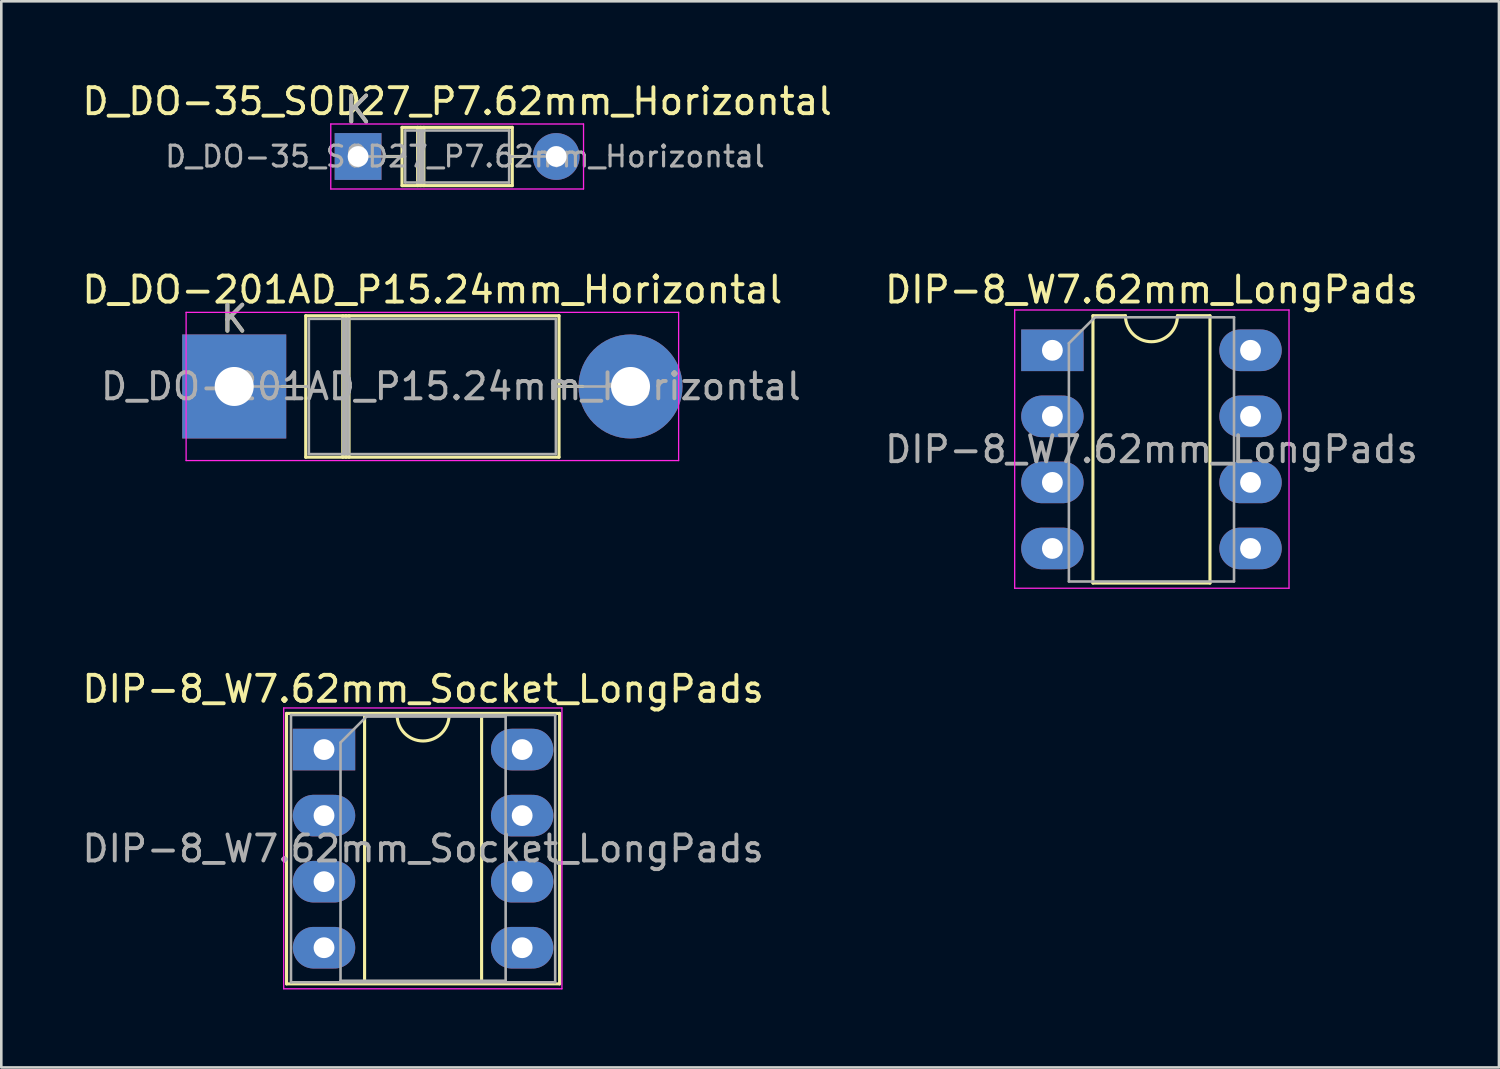
<source format=kicad_pcb>
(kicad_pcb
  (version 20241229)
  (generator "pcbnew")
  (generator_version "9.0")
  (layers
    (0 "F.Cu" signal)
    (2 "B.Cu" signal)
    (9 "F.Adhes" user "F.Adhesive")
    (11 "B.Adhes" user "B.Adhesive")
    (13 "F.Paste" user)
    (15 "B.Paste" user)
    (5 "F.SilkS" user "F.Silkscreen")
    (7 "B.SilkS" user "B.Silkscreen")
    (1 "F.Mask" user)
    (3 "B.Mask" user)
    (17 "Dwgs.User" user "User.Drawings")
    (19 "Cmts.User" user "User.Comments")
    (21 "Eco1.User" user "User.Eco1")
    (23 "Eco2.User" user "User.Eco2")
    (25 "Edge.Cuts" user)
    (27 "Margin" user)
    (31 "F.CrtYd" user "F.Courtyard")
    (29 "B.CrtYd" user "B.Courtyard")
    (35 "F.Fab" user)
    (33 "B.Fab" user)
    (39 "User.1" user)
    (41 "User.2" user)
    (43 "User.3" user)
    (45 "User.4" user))
  (footprint "DIP-8_W7.62mm_Socket_LongPads"
    (layer "F.Cu")
    (at 9.41 25.775)
    (property "Reference" "DIP-8_W7.62mm_Socket_LongPads" (at 3.81 -2.33 0) (layer "F.SilkS") (effects (font (size 1 1) (thickness 0.15))))
    (attr through_hole)
    (fp_line (start -1.44 -1.39) (end -1.44 9.01) (stroke (width 0.12) (type solid)) (layer "F.SilkS"))
    (fp_line (start -1.44 9.01) (end 9.06 9.01) (stroke (width 0.12) (type solid)) (layer "F.SilkS"))
    (fp_line (start 1.56 -1.33) (end 1.56 8.95) (stroke (width 0.12) (type solid)) (layer "F.SilkS"))
    (fp_line (start 1.56 8.95) (end 6.06 8.95) (stroke (width 0.12) (type solid)) (layer "F.SilkS"))
    (fp_line (start 2.81 -1.33) (end 1.56 -1.33) (stroke (width 0.12) (type solid)) (layer "F.SilkS"))
    (fp_line (start 6.06 -1.33) (end 4.81 -1.33) (stroke (width 0.12) (type solid)) (layer "F.SilkS"))
    (fp_line (start 6.06 8.95) (end 6.06 -1.33) (stroke (width 0.12) (type solid)) (layer "F.SilkS"))
    (fp_line (start 9.06 -1.39) (end -1.44 -1.39) (stroke (width 0.12) (type solid)) (layer "F.SilkS"))
    (fp_line (start 9.06 9.01) (end 9.06 -1.39) (stroke (width 0.12) (type solid)) (layer "F.SilkS"))
    (fp_arc (start 4.81 -1.33) (mid 3.81 -0.33) (end 2.81 -1.33) (stroke (width 0.12) (type solid)) (layer "F.SilkS"))
    (fp_line (start -1.55 -1.6) (end -1.55 9.2) (stroke (width 0.05) (type solid)) (layer "F.CrtYd"))
    (fp_line (start -1.55 9.2) (end 9.15 9.2) (stroke (width 0.05) (type solid)) (layer "F.CrtYd"))
    (fp_line (start 9.15 -1.6) (end -1.55 -1.6) (stroke (width 0.05) (type solid)) (layer "F.CrtYd"))
    (fp_line (start 9.15 9.2) (end 9.15 -1.6) (stroke (width 0.05) (type solid)) (layer "F.CrtYd"))
    (fp_line (start -1.27 -1.33) (end -1.27 8.95) (stroke (width 0.1) (type solid)) (layer "F.Fab"))
    (fp_line (start -1.27 8.95) (end 8.89 8.95) (stroke (width 0.1) (type solid)) (layer "F.Fab"))
    (fp_line (start 0.635 -0.27) (end 1.635 -1.27) (stroke (width 0.1) (type solid)) (layer "F.Fab"))
    (fp_line (start 0.635 8.89) (end 0.635 -0.27) (stroke (width 0.1) (type solid)) (layer "F.Fab"))
    (fp_line (start 1.635 -1.27) (end 6.985 -1.27) (stroke (width 0.1) (type solid)) (layer "F.Fab"))
    (fp_line (start 6.985 -1.27) (end 6.985 8.89) (stroke (width 0.1) (type solid)) (layer "F.Fab"))
    (fp_line (start 6.985 8.89) (end 0.635 8.89) (stroke (width 0.1) (type solid)) (layer "F.Fab"))
    (fp_line (start 8.89 -1.33) (end -1.27 -1.33) (stroke (width 0.1) (type solid)) (layer "F.Fab"))
    (fp_line (start 8.89 8.95) (end 8.89 -1.33) (stroke (width 0.1) (type solid)) (layer "F.Fab"))
    (fp_text user "${REFERENCE}" (at 3.81 3.81 0) (layer "F.Fab") (effects (font (size 1 1) (thickness 0.15))))
    (pad "1" thru_hole rect (at 0 0) (size 2.4 1.6) (drill 0.8) (layers "*.Cu" "*.Mask"))
    (pad "2" thru_hole oval (at 0 2.54) (size 2.4 1.6) (drill 0.8) (layers "*.Cu" "*.Mask"))
    (pad "3" thru_hole oval (at 0 5.08) (size 2.4 1.6) (drill 0.8) (layers "*.Cu" "*.Mask"))
    (pad "4" thru_hole oval (at 0 7.62) (size 2.4 1.6) (drill 0.8) (layers "*.Cu" "*.Mask"))
    (pad "5" thru_hole oval (at 7.62 7.62) (size 2.4 1.6) (drill 0.8) (layers "*.Cu" "*.Mask"))
    (pad "6" thru_hole oval (at 7.62 5.08) (size 2.4 1.6) (drill 0.8) (layers "*.Cu" "*.Mask"))
    (pad "7" thru_hole oval (at 7.62 2.54) (size 2.4 1.6) (drill 0.8) (layers "*.Cu" "*.Mask"))
    (pad "8" thru_hole oval (at 7.62 0) (size 2.4 1.6) (drill 0.8) (layers "*.Cu" "*.Mask")))
  (footprint "DIP-8_W7.62mm_LongPads"
    (layer "F.Cu")
    (at 37.42 10.421)
    (property "Reference" "DIP-8_W7.62mm_LongPads" (at 3.81 -2.33 0) (layer "F.SilkS") (effects (font (size 1 1) (thickness 0.15))))
    (attr through_hole)
    (fp_line (start 1.56 -1.33) (end 1.56 8.95) (stroke (width 0.12) (type solid)) (layer "F.SilkS"))
    (fp_line (start 1.56 8.95) (end 6.06 8.95) (stroke (width 0.12) (type solid)) (layer "F.SilkS"))
    (fp_line (start 2.81 -1.33) (end 1.56 -1.33) (stroke (width 0.12) (type solid)) (layer "F.SilkS"))
    (fp_line (start 6.06 -1.33) (end 4.81 -1.33) (stroke (width 0.12) (type solid)) (layer "F.SilkS"))
    (fp_line (start 6.06 8.95) (end 6.06 -1.33) (stroke (width 0.12) (type solid)) (layer "F.SilkS"))
    (fp_arc (start 4.81 -1.33) (mid 3.81 -0.33) (end 2.81 -1.33) (stroke (width 0.12) (type solid)) (layer "F.SilkS"))
    (fp_line (start -1.45 -1.55) (end -1.45 9.15) (stroke (width 0.05) (type solid)) (layer "F.CrtYd"))
    (fp_line (start -1.45 9.15) (end 9.1 9.15) (stroke (width 0.05) (type solid)) (layer "F.CrtYd"))
    (fp_line (start 9.1 -1.55) (end -1.45 -1.55) (stroke (width 0.05) (type solid)) (layer "F.CrtYd"))
    (fp_line (start 9.1 9.15) (end 9.1 -1.55) (stroke (width 0.05) (type solid)) (layer "F.CrtYd"))
    (fp_line (start 0.635 -0.27) (end 1.635 -1.27) (stroke (width 0.1) (type solid)) (layer "F.Fab"))
    (fp_line (start 0.635 8.89) (end 0.635 -0.27) (stroke (width 0.1) (type solid)) (layer "F.Fab"))
    (fp_line (start 1.635 -1.27) (end 6.985 -1.27) (stroke (width 0.1) (type solid)) (layer "F.Fab"))
    (fp_line (start 6.985 -1.27) (end 6.985 8.89) (stroke (width 0.1) (type solid)) (layer "F.Fab"))
    (fp_line (start 6.985 8.89) (end 0.635 8.89) (stroke (width 0.1) (type solid)) (layer "F.Fab"))
    (fp_text user "${REFERENCE}" (at 3.81 3.81 0) (layer "F.Fab") (effects (font (size 1 1) (thickness 0.15))))
    (pad "1" thru_hole rect (at 0 0) (size 2.4 1.6) (drill 0.8) (layers "*.Cu" "*.Mask"))
    (pad "2" thru_hole oval (at 0 2.54) (size 2.4 1.6) (drill 0.8) (layers "*.Cu" "*.Mask"))
    (pad "3" thru_hole oval (at 0 5.08) (size 2.4 1.6) (drill 0.8) (layers "*.Cu" "*.Mask"))
    (pad "4" thru_hole oval (at 0 7.62) (size 2.4 1.6) (drill 0.8) (layers "*.Cu" "*.Mask"))
    (pad "5" thru_hole oval (at 7.62 7.62) (size 2.4 1.6) (drill 0.8) (layers "*.Cu" "*.Mask"))
    (pad "6" thru_hole oval (at 7.62 5.08) (size 2.4 1.6) (drill 0.8) (layers "*.Cu" "*.Mask"))
    (pad "7" thru_hole oval (at 7.62 2.54) (size 2.4 1.6) (drill 0.8) (layers "*.Cu" "*.Mask"))
    (pad "8" thru_hole oval (at 7.62 0) (size 2.4 1.6) (drill 0.8) (layers "*.Cu" "*.Mask")))
  (footprint "D_DO-35_SOD27_P7.62mm_Horizontal"
    (layer "F.Cu")
    (at 10.72 2.968)
    (property "Reference" "D_DO-35_SOD27_P7.62mm_Horizontal" (at 3.81 -2.12 0) (layer "F.SilkS") (effects (font (size 1 1) (thickness 0.15))))
    (attr through_hole)
    (fp_line (start 1.04 0) (end 1.69 0) (stroke (width 0.12) (type solid)) (layer "F.SilkS"))
    (fp_line (start 1.69 -1.12) (end 1.69 1.12) (stroke (width 0.12) (type solid)) (layer "F.SilkS"))
    (fp_line (start 1.69 1.12) (end 5.93 1.12) (stroke (width 0.12) (type solid)) (layer "F.SilkS"))
    (fp_line (start 2.29 -1.12) (end 2.29 1.12) (stroke (width 0.12) (type solid)) (layer "F.SilkS"))
    (fp_line (start 2.41 -1.12) (end 2.41 1.12) (stroke (width 0.12) (type solid)) (layer "F.SilkS"))
    (fp_line (start 2.53 -1.12) (end 2.53 1.12) (stroke (width 0.12) (type solid)) (layer "F.SilkS"))
    (fp_line (start 5.93 -1.12) (end 1.69 -1.12) (stroke (width 0.12) (type solid)) (layer "F.SilkS"))
    (fp_line (start 5.93 1.12) (end 5.93 -1.12) (stroke (width 0.12) (type solid)) (layer "F.SilkS"))
    (fp_line (start 6.58 0) (end 5.93 0) (stroke (width 0.12) (type solid)) (layer "F.SilkS"))
    (fp_line (start -1.05 -1.25) (end -1.05 1.25) (stroke (width 0.05) (type solid)) (layer "F.CrtYd"))
    (fp_line (start -1.05 1.25) (end 8.67 1.25) (stroke (width 0.05) (type solid)) (layer "F.CrtYd"))
    (fp_line (start 8.67 -1.25) (end -1.05 -1.25) (stroke (width 0.05) (type solid)) (layer "F.CrtYd"))
    (fp_line (start 8.67 1.25) (end 8.67 -1.25) (stroke (width 0.05) (type solid)) (layer "F.CrtYd"))
    (fp_line (start 0 0) (end 1.81 0) (stroke (width 0.1) (type solid)) (layer "F.Fab"))
    (fp_line (start 1.81 -1) (end 1.81 1) (stroke (width 0.1) (type solid)) (layer "F.Fab"))
    (fp_line (start 1.81 1) (end 5.81 1) (stroke (width 0.1) (type solid)) (layer "F.Fab"))
    (fp_line (start 2.31 -1) (end 2.31 1) (stroke (width 0.1) (type solid)) (layer "F.Fab"))
    (fp_line (start 2.41 -1) (end 2.41 1) (stroke (width 0.1) (type solid)) (layer "F.Fab"))
    (fp_line (start 2.51 -1) (end 2.51 1) (stroke (width 0.1) (type solid)) (layer "F.Fab"))
    (fp_line (start 5.81 -1) (end 1.81 -1) (stroke (width 0.1) (type solid)) (layer "F.Fab"))
    (fp_line (start 5.81 1) (end 5.81 -1) (stroke (width 0.1) (type solid)) (layer "F.Fab"))
    (fp_line (start 7.62 0) (end 5.81 0) (stroke (width 0.1) (type solid)) (layer "F.Fab"))
    (fp_text user "K" (at 0 -1.8 0) (layer "F.SilkS") (effects (font (size 1 1) (thickness 0.15))))
    (fp_text user "${REFERENCE}" (at 4.11 0 0) (layer "F.Fab") (effects (font (size 0.8 0.8) (thickness 0.12))))
    (fp_text user "K" (at 0 -1.8 0) (layer "F.Fab") (effects (font (size 1 1) (thickness 0.15))))
    (pad "1" thru_hole rect (at 0 0) (size 1.8 1.8) (drill 0.8) (layers "*.Cu" "*.Mask"))
    (pad "2" thru_hole oval (at 7.62 0) (size 1.8 1.8) (drill 0.8) (layers "*.Cu" "*.Mask")))
  (footprint "D_DO-201AD_P15.24mm_Horizontal"
    (layer "F.Cu")
    (at 5.957 11.812)
    (property "Reference" "D_DO-201AD_P15.24mm_Horizontal" (at 7.62 -3.72 0) (layer "F.SilkS") (effects (font (size 1 1) (thickness 0.15))))
    (attr through_hole)
    (fp_line (start 1.84 0) (end 2.75 0) (stroke (width 0.12) (type solid)) (layer "F.SilkS"))
    (fp_line (start 2.75 -2.72) (end 2.75 2.72) (stroke (width 0.12) (type solid)) (layer "F.SilkS"))
    (fp_line (start 2.75 2.72) (end 12.49 2.72) (stroke (width 0.12) (type solid)) (layer "F.SilkS"))
    (fp_line (start 4.175 -2.72) (end 4.175 2.72) (stroke (width 0.12) (type solid)) (layer "F.SilkS"))
    (fp_line (start 4.295 -2.72) (end 4.295 2.72) (stroke (width 0.12) (type solid)) (layer "F.SilkS"))
    (fp_line (start 4.415 -2.72) (end 4.415 2.72) (stroke (width 0.12) (type solid)) (layer "F.SilkS"))
    (fp_line (start 12.49 -2.72) (end 2.75 -2.72) (stroke (width 0.12) (type solid)) (layer "F.SilkS"))
    (fp_line (start 12.49 2.72) (end 12.49 -2.72) (stroke (width 0.12) (type solid)) (layer "F.SilkS"))
    (fp_line (start 13.4 0) (end 12.49 0) (stroke (width 0.12) (type solid)) (layer "F.SilkS"))
    (fp_line (start -1.85 -2.85) (end -1.85 2.85) (stroke (width 0.05) (type solid)) (layer "F.CrtYd"))
    (fp_line (start -1.85 2.85) (end 17.09 2.85) (stroke (width 0.05) (type solid)) (layer "F.CrtYd"))
    (fp_line (start 17.09 -2.85) (end -1.85 -2.85) (stroke (width 0.05) (type solid)) (layer "F.CrtYd"))
    (fp_line (start 17.09 2.85) (end 17.09 -2.85) (stroke (width 0.05) (type solid)) (layer "F.CrtYd"))
    (fp_line (start 0 0) (end 2.87 0) (stroke (width 0.1) (type solid)) (layer "F.Fab"))
    (fp_line (start 2.87 -2.6) (end 2.87 2.6) (stroke (width 0.1) (type solid)) (layer "F.Fab"))
    (fp_line (start 2.87 2.6) (end 12.37 2.6) (stroke (width 0.1) (type solid)) (layer "F.Fab"))
    (fp_line (start 4.195 -2.6) (end 4.195 2.6) (stroke (width 0.1) (type solid)) (layer "F.Fab"))
    (fp_line (start 4.295 -2.6) (end 4.295 2.6) (stroke (width 0.1) (type solid)) (layer "F.Fab"))
    (fp_line (start 4.395 -2.6) (end 4.395 2.6) (stroke (width 0.1) (type solid)) (layer "F.Fab"))
    (fp_line (start 12.37 -2.6) (end 2.87 -2.6) (stroke (width 0.1) (type solid)) (layer "F.Fab"))
    (fp_line (start 12.37 2.6) (end 12.37 -2.6) (stroke (width 0.1) (type solid)) (layer "F.Fab"))
    (fp_line (start 15.24 0) (end 12.37 0) (stroke (width 0.1) (type solid)) (layer "F.Fab"))
    (fp_text user "K" (at 0 -2.6 0) (layer "F.SilkS") (effects (font (size 1 1) (thickness 0.15))))
    (fp_text user "K" (at 0 -2.6 0) (layer "F.Fab") (effects (font (size 1 1) (thickness 0.15))))
    (fp_text user "${REFERENCE}" (at 8.332 0 0) (layer "F.Fab") (effects (font (size 1 1) (thickness 0.15))))
    (pad "1" thru_hole rect (at 0 0) (size 4 4) (drill 1.5) (layers "*.Cu" "*.Mask"))
    (pad "2" thru_hole oval (at 15.24 0) (size 4 4) (drill 1.5) (layers "*.Cu" "*.Mask")))
  (gr_rect
    (start -3 -3)
    (end 54.593 38)
    (stroke (width 0.1) (type default))
    (fill no)
    (layer "Edge.Cuts")))
</source>
